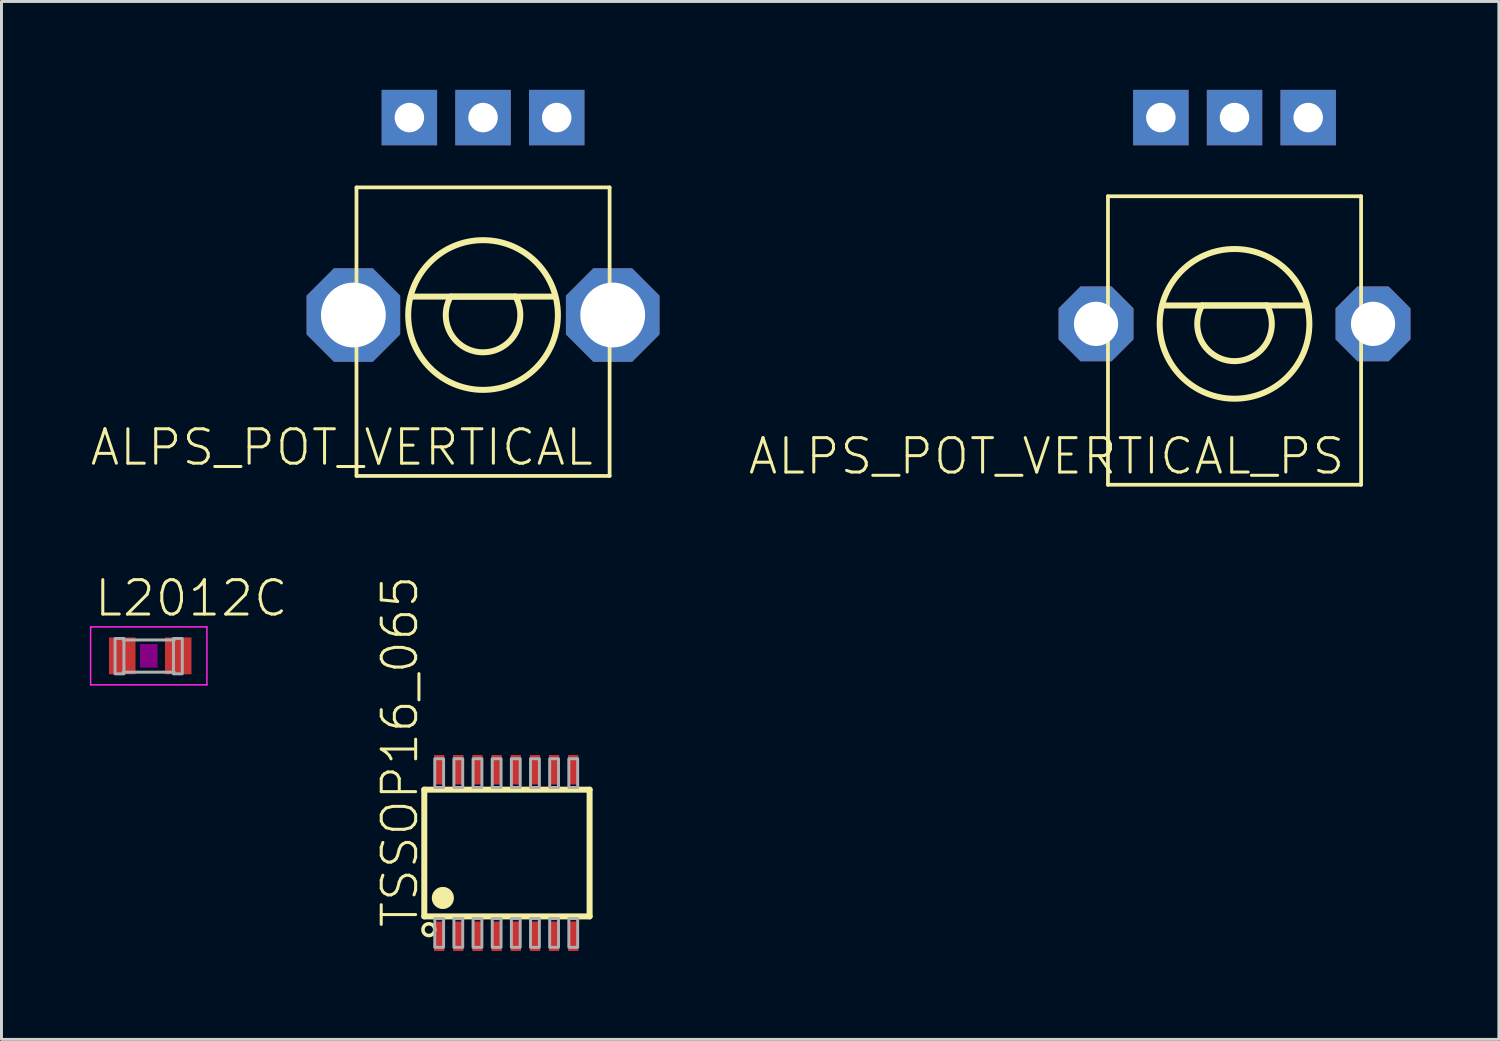
<source format=kicad_pcb>
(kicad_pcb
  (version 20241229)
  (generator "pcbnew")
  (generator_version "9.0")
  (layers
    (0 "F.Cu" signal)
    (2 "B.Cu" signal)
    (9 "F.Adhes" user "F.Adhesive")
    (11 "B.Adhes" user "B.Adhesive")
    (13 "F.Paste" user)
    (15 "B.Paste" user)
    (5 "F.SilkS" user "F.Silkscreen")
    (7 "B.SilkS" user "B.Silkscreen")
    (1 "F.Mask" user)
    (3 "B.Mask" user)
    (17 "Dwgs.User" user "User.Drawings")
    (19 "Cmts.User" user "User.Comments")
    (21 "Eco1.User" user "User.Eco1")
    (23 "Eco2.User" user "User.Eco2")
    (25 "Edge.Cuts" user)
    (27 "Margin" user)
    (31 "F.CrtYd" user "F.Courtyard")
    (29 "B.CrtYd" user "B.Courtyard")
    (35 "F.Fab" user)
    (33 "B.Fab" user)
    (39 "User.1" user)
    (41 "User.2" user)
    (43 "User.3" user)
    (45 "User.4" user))
  (footprint "ALPS_POT_VERTICAL_PS"
    (layer "F.Cu")
    (at 38.843 7.94)
    (property "Reference" "ALPS_POT_VERTICAL_PS" (at 3.81 3.81 0) (layer "F.SilkS") (effects (font (size 1.168 1.168) (thickness 0.102)) (justify right top)))
    (fp_line (start -4.295 -4.33) (end 4.295 -4.33) (stroke (width 0.127) (type solid)) (layer "F.SilkS"))
    (fp_line (start -4.295 5.46) (end -4.295 -4.33) (stroke (width 0.127) (type solid)) (layer "F.SilkS"))
    (fp_line (start -2.45 -0.625) (end 2.425 -0.625) (stroke (width 0.203) (type solid)) (layer "F.SilkS"))
    (fp_line (start -1.1 -0.625) (end 1.1 -0.625) (stroke (width 0.203) (type solid)) (layer "F.SilkS"))
    (fp_line (start 4.295 -4.33) (end 4.295 5.46) (stroke (width 0.127) (type solid)) (layer "F.SilkS"))
    (fp_line (start 4.295 5.46) (end -4.295 5.46) (stroke (width 0.127) (type solid)) (layer "F.SilkS"))
    (fp_arc (start 1.1 -0.625) (mid 0 1.265158) (end -1.1 -0.625) (stroke (width 0.2032) (type solid)) (layer "F.SilkS"))
    (fp_circle (center 0 0) (end 2.54 0) (stroke (width 0.203) (type solid)) (fill no) (layer "F.SilkS"))
    (pad "P$1" thru_hole rect (at -2.5 -7 270) (size 1.88 1.88) (drill 1) (layers "*.Cu" "*.Mask"))
    (pad "P$2" thru_hole rect (at 0 -7 270) (size 1.88 1.88) (drill 1) (layers "*.Cu" "*.Mask"))
    (pad "P$3" thru_hole rect (at 2.5 -7 270) (size 1.88 1.88) (drill 1) (layers "*.Cu" "*.Mask"))
    (pad "P$4" thru_hole roundrect (at -4.7 0 270) (size 2.54 2.54) (drill 1.5) (layers "*.Cu" "*.Mask") (roundrect_rratio 0.25) (chamfer_ratio 0.293) (chamfer top_left top_right bottom_left bottom_right))
    (pad "P$5" thru_hole roundrect (at 4.7 0 270) (size 2.54 2.54) (drill 1.5) (layers "*.Cu" "*.Mask") (roundrect_rratio 0.25) (chamfer_ratio 0.293) (chamfer top_left top_right bottom_left bottom_right)))
  (footprint "TSSOP16_065"
    (layer "F.Cu")
    (at 13.803 25.897)
    (property "Reference" "TSSOP16_065" (at -2.6 2.6 90) (layer "F.SilkS") (effects (font (size 1.168 1.168) (thickness 0.102)) (justify left bottom)))
    (fp_line (start -2.455 -2.15) (end 3.155 -2.15) (stroke (width 0.203) (type solid)) (layer "F.SilkS"))
    (fp_line (start -2.455 2.15) (end -2.455 -2.15) (stroke (width 0.203) (type solid)) (layer "F.SilkS"))
    (fp_line (start 3.155 -2.15) (end 3.155 2.15) (stroke (width 0.203) (type solid)) (layer "F.SilkS"))
    (fp_line (start 3.155 2.15) (end -2.455 2.15) (stroke (width 0.203) (type solid)) (layer "F.SilkS"))
    (fp_circle (center -2.3 2.6) (end -2.3 2.8) (stroke (width 0.12) (type solid)) (fill no) (layer "F.SilkS"))
    (fp_circle (center -1.825 1.525) (end -1.637 1.525) (stroke (width 0.375) (type solid)) (fill yes) (layer "F.SilkS"))
    (fp_poly (pts (xy -2.1 3.2) (xy -1.8 3.2) (xy -1.8 2.225) (xy -2.1 2.225)) (stroke (width 0.1) (type solid)) (fill no) (layer "F.Fab"))
    (fp_poly (pts (xy -1.8 -3.2) (xy -2.1 -3.2) (xy -2.1 -2.225) (xy -1.8 -2.225)) (stroke (width 0.1) (type solid)) (fill no) (layer "F.Fab"))
    (fp_poly (pts (xy -1.45 3.2) (xy -1.15 3.2) (xy -1.15 2.225) (xy -1.45 2.225)) (stroke (width 0.1) (type solid)) (fill no) (layer "F.Fab"))
    (fp_poly (pts (xy -1.15 -3.2) (xy -1.45 -3.2) (xy -1.45 -2.225) (xy -1.15 -2.225)) (stroke (width 0.1) (type solid)) (fill no) (layer "F.Fab"))
    (fp_poly (pts (xy -0.8 3.2) (xy -0.5 3.2) (xy -0.5 2.225) (xy -0.8 2.225)) (stroke (width 0.1) (type solid)) (fill no) (layer "F.Fab"))
    (fp_poly (pts (xy -0.5 -3.2) (xy -0.8 -3.2) (xy -0.8 -2.225) (xy -0.5 -2.225)) (stroke (width 0.1) (type solid)) (fill no) (layer "F.Fab"))
    (fp_poly (pts (xy -0.15 3.2) (xy 0.15 3.2) (xy 0.15 2.225) (xy -0.15 2.225)) (stroke (width 0.1) (type solid)) (fill no) (layer "F.Fab"))
    (fp_poly (pts (xy 0.15 -3.2) (xy -0.15 -3.2) (xy -0.15 -2.225) (xy 0.15 -2.225)) (stroke (width 0.1) (type solid)) (fill no) (layer "F.Fab"))
    (fp_poly (pts (xy 0.5 3.2) (xy 0.8 3.2) (xy 0.8 2.225) (xy 0.5 2.225)) (stroke (width 0.1) (type solid)) (fill no) (layer "F.Fab"))
    (fp_poly (pts (xy 0.8 -3.2) (xy 0.5 -3.2) (xy 0.5 -2.225) (xy 0.8 -2.225)) (stroke (width 0.1) (type solid)) (fill no) (layer "F.Fab"))
    (fp_poly (pts (xy 1.15 3.2) (xy 1.45 3.2) (xy 1.45 2.225) (xy 1.15 2.225)) (stroke (width 0.1) (type solid)) (fill no) (layer "F.Fab"))
    (fp_poly (pts (xy 1.45 -3.2) (xy 1.15 -3.2) (xy 1.15 -2.225) (xy 1.45 -2.225)) (stroke (width 0.1) (type solid)) (fill no) (layer "F.Fab"))
    (fp_poly (pts (xy 1.8 3.2) (xy 2.1 3.2) (xy 2.1 2.225) (xy 1.8 2.225)) (stroke (width 0.1) (type solid)) (fill no) (layer "F.Fab"))
    (fp_poly (pts (xy 2.1 -3.2) (xy 1.8 -3.2) (xy 1.8 -2.225) (xy 2.1 -2.225)) (stroke (width 0.1) (type solid)) (fill no) (layer "F.Fab"))
    (fp_poly (pts (xy 2.45 3.2) (xy 2.75 3.2) (xy 2.75 2.225) (xy 2.45 2.225)) (stroke (width 0.1) (type solid)) (fill no) (layer "F.Fab"))
    (fp_poly (pts (xy 2.75 -3.2) (xy 2.45 -3.2) (xy 2.45 -2.225) (xy 2.75 -2.225)) (stroke (width 0.1) (type solid)) (fill no) (layer "F.Fab"))
    (pad "1" smd rect (at -1.95 2.825) (size 0.35 1) (layers "F.Cu" "F.Mask" "F.Paste"))
    (pad "2" smd rect (at -1.3 2.825) (size 0.35 1) (layers "F.Cu" "F.Mask" "F.Paste"))
    (pad "3" smd rect (at -0.65 2.825) (size 0.35 1) (layers "F.Cu" "F.Mask" "F.Paste"))
    (pad "4" smd rect (at 0 2.825) (size 0.35 1) (layers "F.Cu" "F.Mask" "F.Paste"))
    (pad "5" smd rect (at 0.65 2.825) (size 0.35 1) (layers "F.Cu" "F.Mask" "F.Paste"))
    (pad "6" smd rect (at 1.3 2.825) (size 0.35 1) (layers "F.Cu" "F.Mask" "F.Paste"))
    (pad "7" smd rect (at 1.95 2.825) (size 0.35 1) (layers "F.Cu" "F.Mask" "F.Paste"))
    (pad "8" smd rect (at 2.6 2.825) (size 0.35 1) (layers "F.Cu" "F.Mask" "F.Paste"))
    (pad "9" smd rect (at 2.6 -2.825 180) (size 0.35 1) (layers "F.Cu" "F.Mask" "F.Paste"))
    (pad "10" smd rect (at 1.95 -2.825 180) (size 0.35 1) (layers "F.Cu" "F.Mask" "F.Paste"))
    (pad "11" smd rect (at 1.3 -2.825 180) (size 0.35 1) (layers "F.Cu" "F.Mask" "F.Paste"))
    (pad "12" smd rect (at 0.65 -2.825 180) (size 0.35 1) (layers "F.Cu" "F.Mask" "F.Paste"))
    (pad "13" smd rect (at 0 -2.825 180) (size 0.35 1) (layers "F.Cu" "F.Mask" "F.Paste"))
    (pad "14" smd rect (at -0.65 -2.825 180) (size 0.35 1) (layers "F.Cu" "F.Mask" "F.Paste"))
    (pad "15" smd rect (at -1.3 -2.825 180) (size 0.35 1) (layers "F.Cu" "F.Mask" "F.Paste"))
    (pad "16" smd rect (at -1.95 -2.825 180) (size 0.35 1) (layers "F.Cu" "F.Mask" "F.Paste")))
  (footprint "ALPS_POT_VERTICAL"
    (layer "F.Cu")
    (at 13.342 7.64)
    (property "Reference" "ALPS_POT_VERTICAL" (at 3.81 3.81 0) (layer "F.SilkS") (effects (font (size 1.168 1.168) (thickness 0.102)) (justify right top)))
    (fp_line (start -4.295 -4.33) (end 4.295 -4.33) (stroke (width 0.127) (type solid)) (layer "F.SilkS"))
    (fp_line (start -4.295 5.46) (end -4.295 -4.33) (stroke (width 0.127) (type solid)) (layer "F.SilkS"))
    (fp_line (start -2.45 -0.625) (end 2.425 -0.625) (stroke (width 0.203) (type solid)) (layer "F.SilkS"))
    (fp_line (start -1.1 -0.625) (end 1.1 -0.625) (stroke (width 0.203) (type solid)) (layer "F.SilkS"))
    (fp_line (start 4.295 -4.33) (end 4.295 5.46) (stroke (width 0.127) (type solid)) (layer "F.SilkS"))
    (fp_line (start 4.295 5.46) (end -4.295 5.46) (stroke (width 0.127) (type solid)) (layer "F.SilkS"))
    (fp_arc (start 1.1 -0.625) (mid 0 1.265158) (end -1.1 -0.625) (stroke (width 0.2032) (type solid)) (layer "F.SilkS"))
    (fp_circle (center 0 0) (end 2.54 0) (stroke (width 0.203) (type solid)) (fill no) (layer "F.SilkS"))
    (pad "P$1" thru_hole rect (at -2.5 -6.7 270) (size 1.88 1.88) (drill 1) (layers "*.Cu" "*.Mask"))
    (pad "P$2" thru_hole rect (at 0 -6.7 270) (size 1.88 1.88) (drill 1) (layers "*.Cu" "*.Mask"))
    (pad "P$3" thru_hole rect (at 2.5 -6.7 270) (size 1.88 1.88) (drill 1) (layers "*.Cu" "*.Mask"))
    (pad "P$4" thru_hole roundrect (at -4.4 0 270) (size 3.175 3.175) (drill 2.2) (layers "*.Cu" "*.Mask") (roundrect_rratio 0.25) (chamfer_ratio 0.293) (chamfer top_left top_right bottom_left bottom_right))
    (pad "P$5" thru_hole roundrect (at 4.4 0 270) (size 3.175 3.175) (drill 2.2) (layers "*.Cu" "*.Mask") (roundrect_rratio 0.25) (chamfer_ratio 0.293) (chamfer top_left top_right bottom_left bottom_right)))
  (footprint "L2012C"
    (layer "F.Cu")
    (at 1.998 19.206)
    (property "Reference" "L2012C" (at -1.905 -1.27 0) (layer "F.SilkS") (effects (font (size 1.168 1.168) (thickness 0.102)) (justify left bottom)))
    (fp_poly (pts (xy -0.3 0.4) (xy 0.3 0.4) (xy 0.3 -0.4) (xy -0.3 -0.4)) (stroke (width 0) (type solid)) (fill yes) (layer "F.Adhes"))
    (fp_line (start -1.973 -0.983) (end 1.973 -0.983) (stroke (width 0.051) (type solid)) (layer "F.CrtYd"))
    (fp_line (start -1.973 0.983) (end -1.973 -0.983) (stroke (width 0.051) (type solid)) (layer "F.CrtYd"))
    (fp_line (start 1.973 -0.983) (end 1.973 0.983) (stroke (width 0.051) (type solid)) (layer "F.CrtYd"))
    (fp_line (start 1.973 0.983) (end -1.973 0.983) (stroke (width 0.051) (type solid)) (layer "F.CrtYd"))
    (fp_line (start -0.864 -0.54) (end 0.864 -0.54) (stroke (width 0.102) (type solid)) (layer "F.Fab"))
    (fp_line (start -0.864 0.553) (end 0.864 0.553) (stroke (width 0.102) (type solid)) (layer "F.Fab"))
    (fp_poly (pts (xy -1.143 0.61) (xy -0.843 0.61) (xy -0.843 -0.59) (xy -1.143 -0.59)) (stroke (width 0.1) (type solid)) (fill no) (layer "F.Fab"))
    (fp_poly (pts (xy 0.838 0.61) (xy 1.138 0.61) (xy 1.138 -0.59) (xy 0.838 -0.59)) (stroke (width 0.1) (type solid)) (fill no) (layer "F.Fab"))
    (pad "1" smd rect (at -0.9 0) (size 0.9 1.25) (layers "F.Cu" "F.Mask" "F.Paste"))
    (pad "2" smd rect (at 1 0) (size 0.9 1.25) (layers "F.Cu" "F.Mask" "F.Paste")))
  (gr_rect
    (start -3 -3)
    (end 47.813 32.222)
    (stroke (width 0.1) (type default))
    (fill no)
    (layer "Edge.Cuts")))
</source>
